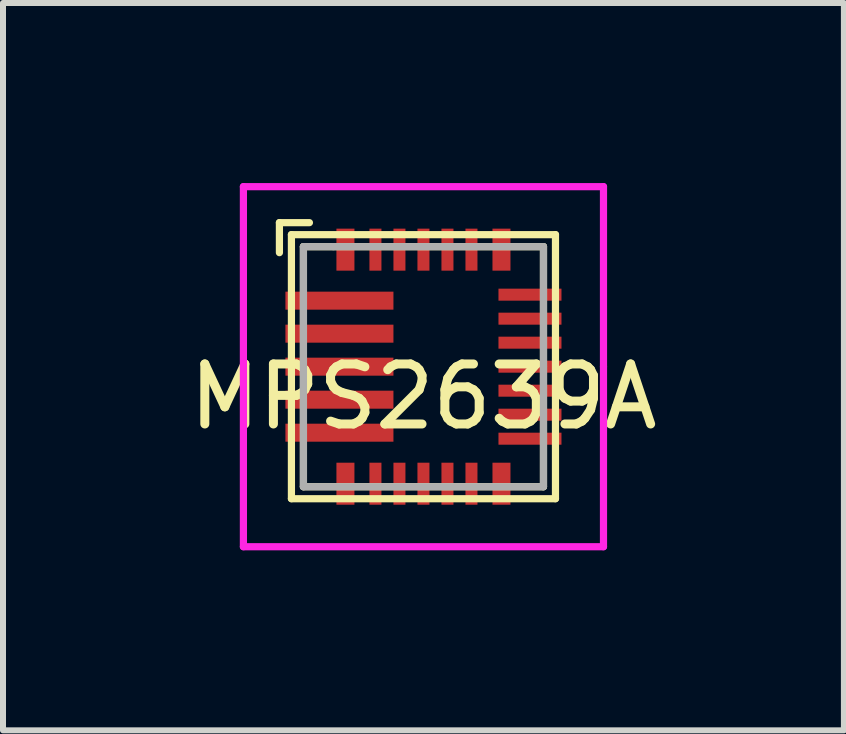
<source format=kicad_pcb>
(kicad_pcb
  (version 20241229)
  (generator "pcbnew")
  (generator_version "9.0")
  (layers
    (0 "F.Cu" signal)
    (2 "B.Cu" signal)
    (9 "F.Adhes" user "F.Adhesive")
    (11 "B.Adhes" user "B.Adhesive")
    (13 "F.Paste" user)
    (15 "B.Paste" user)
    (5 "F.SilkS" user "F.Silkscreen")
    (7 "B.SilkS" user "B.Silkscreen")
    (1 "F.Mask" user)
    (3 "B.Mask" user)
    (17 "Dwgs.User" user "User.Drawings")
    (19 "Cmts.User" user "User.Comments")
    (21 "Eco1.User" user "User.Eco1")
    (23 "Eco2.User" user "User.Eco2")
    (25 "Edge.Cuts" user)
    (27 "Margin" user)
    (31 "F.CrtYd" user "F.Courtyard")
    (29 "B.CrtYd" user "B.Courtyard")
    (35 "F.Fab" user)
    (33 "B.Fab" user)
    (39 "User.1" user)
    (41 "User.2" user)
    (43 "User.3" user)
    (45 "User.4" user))
  (footprint "MPS2639A"
    (layer "F.Cu")
    (at 4.006 3.06)
    (property "Reference" "MPS2639A" (at 0 0.5 0) (layer "F.SilkS") (effects (font (size 1 1) (thickness 0.15))))
    (attr through_hole)
    (fp_line (start -2.4 -2.4) (end -2.4 -1.9) (stroke (width 0.12) (type solid)) (layer "F.SilkS"))
    (fp_line (start -2.2 -2.2) (end 2.2 -2.2) (stroke (width 0.12) (type solid)) (layer "F.SilkS"))
    (fp_line (start -2.2 2.2) (end -2.2 -2.2) (stroke (width 0.12) (type solid)) (layer "F.SilkS"))
    (fp_line (start -2 -2) (end -2 2) (stroke (width 0.12) (type solid)) (layer "F.SilkS"))
    (fp_line (start -2 2) (end 2 2) (stroke (width 0.12) (type solid)) (layer "F.SilkS"))
    (fp_line (start -1.9 -2.4) (end -2.4 -2.4) (stroke (width 0.12) (type solid)) (layer "F.SilkS"))
    (fp_line (start 2 -2) (end -2 -2) (stroke (width 0.12) (type solid)) (layer "F.SilkS"))
    (fp_line (start 2 2) (end 2 -2) (stroke (width 0.12) (type solid)) (layer "F.SilkS"))
    (fp_line (start 2.2 -2.2) (end 2.2 2.2) (stroke (width 0.12) (type solid)) (layer "F.SilkS"))
    (fp_line (start 2.2 2.2) (end -2.2 2.2) (stroke (width 0.12) (type solid)) (layer "F.SilkS"))
    (fp_line (start -3 -3) (end -3 3) (stroke (width 0.12) (type solid)) (layer "F.CrtYd"))
    (fp_line (start -3 3) (end 3 3) (stroke (width 0.12) (type solid)) (layer "F.CrtYd"))
    (fp_line (start 3 -3) (end -3 -3) (stroke (width 0.12) (type solid)) (layer "F.CrtYd"))
    (fp_line (start 3 0) (end 3 -3) (stroke (width 0.12) (type solid)) (layer "F.CrtYd"))
    (fp_line (start 3 3) (end 3 0) (stroke (width 0.12) (type solid)) (layer "F.CrtYd"))
    (fp_line (start -2 -2) (end -2 2) (stroke (width 0.12) (type solid)) (layer "F.Fab"))
    (fp_line (start -2 2) (end 2 2) (stroke (width 0.12) (type solid)) (layer "F.Fab"))
    (fp_line (start -1.5 -2) (end -2 -2) (stroke (width 0.12) (type solid)) (layer "F.Fab"))
    (fp_line (start 2 -2) (end -1.5 -2) (stroke (width 0.12) (type solid)) (layer "F.Fab"))
    (fp_line (start 2 0) (end 2 -2) (stroke (width 0.12) (type solid)) (layer "F.Fab"))
    (fp_line (start 2 2) (end 2 0) (stroke (width 0.12) (type solid)) (layer "F.Fab"))
    (pad "1" smd rect (at -1.4 -1.1) (size 1.8 0.3) (layers "F.Cu" "F.Mask" "F.Paste"))
    (pad "2" smd rect (at -1.4 -0.55) (size 1.8 0.3) (layers "F.Cu" "F.Mask" "F.Paste"))
    (pad "3" smd rect (at -1.4 0) (size 1.8 0.3) (layers "F.Cu" "F.Mask" "F.Paste"))
    (pad "4" smd rect (at -1.4 0.55) (size 1.8 0.3) (layers "F.Cu" "F.Mask" "F.Paste"))
    (pad "5" smd rect (at -1.4 1.1) (size 1.8 0.3) (layers "F.Cu" "F.Mask" "F.Paste"))
    (pad "6" smd rect (at -1.3 1.95 90) (size 0.7 0.3) (layers "F.Cu" "F.Mask" "F.Paste"))
    (pad "7" smd rect (at -0.8 1.95 90) (size 0.7 0.2) (layers "F.Cu" "F.Mask" "F.Paste"))
    (pad "8" smd rect (at -0.4 1.95 90) (size 0.7 0.2) (layers "F.Cu" "F.Mask" "F.Paste"))
    (pad "9" smd rect (at 0 1.95 90) (size 0.7 0.2) (layers "F.Cu" "F.Mask" "F.Paste"))
    (pad "10" smd rect (at 0.4 1.95 90) (size 0.7 0.2) (layers "F.Cu" "F.Mask" "F.Paste"))
    (pad "11" smd rect (at 0.8 1.95 90) (size 0.7 0.2) (layers "F.Cu" "F.Mask" "F.Paste"))
    (pad "12" smd rect (at 1.3 1.95 270) (size 0.7 0.3) (layers "F.Cu" "F.Mask" "F.Paste"))
    (pad "13" smd rect (at 1.775 1.2) (size 1.05 0.2) (layers "F.Cu" "F.Mask" "F.Paste"))
    (pad "14" smd rect (at 1.775 0.8) (size 1.05 0.2) (layers "F.Cu" "F.Mask" "F.Paste"))
    (pad "15" smd rect (at 1.775 0.4) (size 1.05 0.2) (layers "F.Cu" "F.Mask" "F.Paste"))
    (pad "16" smd rect (at 1.775 0) (size 1.05 0.2) (layers "F.Cu" "F.Mask" "F.Paste"))
    (pad "17" smd rect (at 1.775 -0.4) (size 1.05 0.2) (layers "F.Cu" "F.Mask" "F.Paste"))
    (pad "18" smd rect (at 1.775 -0.8) (size 1.05 0.2) (layers "F.Cu" "F.Mask" "F.Paste"))
    (pad "19" smd rect (at 1.775 -1.2) (size 1.05 0.2) (layers "F.Cu" "F.Mask" "F.Paste"))
    (pad "20" smd rect (at 1.3 -1.95 270) (size 0.7 0.3) (layers "F.Cu" "F.Mask" "F.Paste"))
    (pad "21" smd rect (at 0.8 -1.95 270) (size 0.7 0.2) (layers "F.Cu" "F.Mask" "F.Paste"))
    (pad "22" smd rect (at 0.4 -1.95 270) (size 0.7 0.2) (layers "F.Cu" "F.Mask" "F.Paste"))
    (pad "23" smd rect (at 0 -1.95 270) (size 0.7 0.2) (layers "F.Cu" "F.Mask" "F.Paste"))
    (pad "24" smd rect (at -0.4 -1.95 270) (size 0.7 0.2) (layers "F.Cu" "F.Mask" "F.Paste"))
    (pad "25" smd rect (at -0.8 -1.95 270) (size 0.7 0.2) (layers "F.Cu" "F.Mask" "F.Paste"))
    (pad "26" smd rect (at -1.3 -1.95 90) (size 0.7 0.3) (layers "F.Cu" "F.Mask" "F.Paste")))
  (gr_rect
    (start -3 -3)
    (end 11.012 9.12)
    (stroke (width 0.1) (type default))
    (fill no)
    (layer "Edge.Cuts")))
</source>
